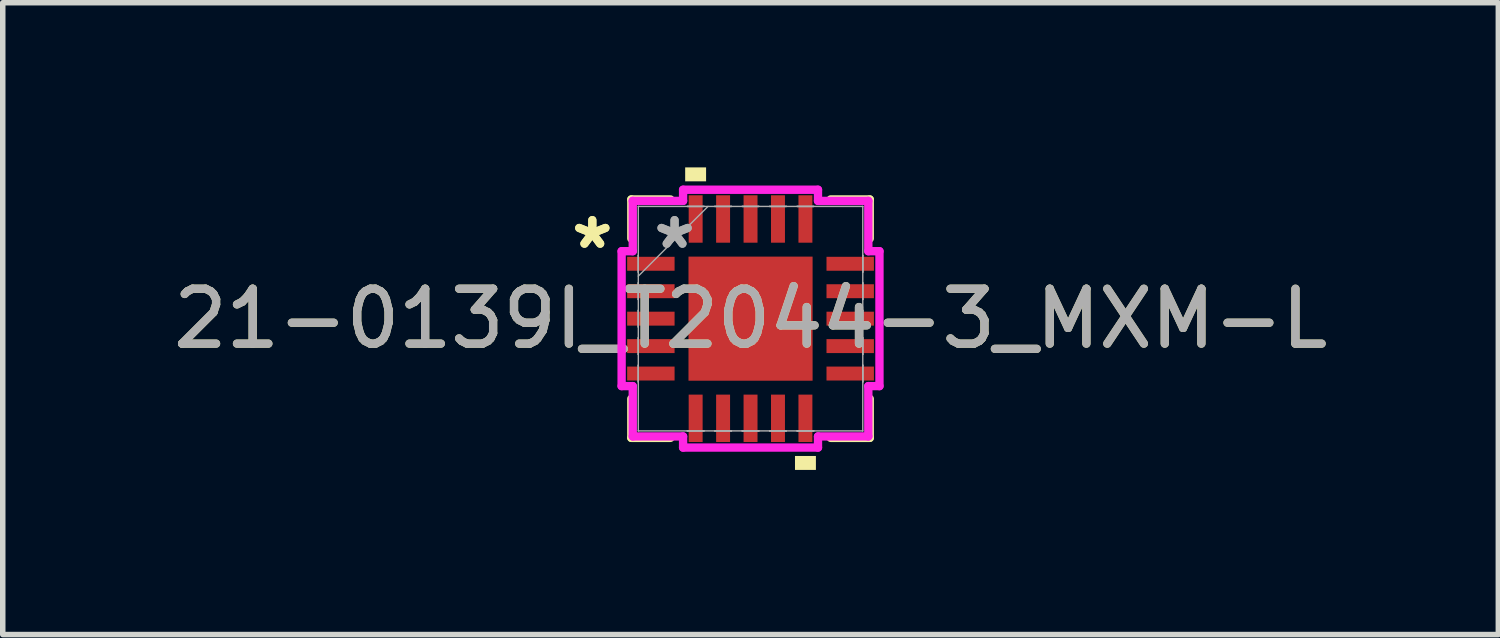
<source format=kicad_pcb>
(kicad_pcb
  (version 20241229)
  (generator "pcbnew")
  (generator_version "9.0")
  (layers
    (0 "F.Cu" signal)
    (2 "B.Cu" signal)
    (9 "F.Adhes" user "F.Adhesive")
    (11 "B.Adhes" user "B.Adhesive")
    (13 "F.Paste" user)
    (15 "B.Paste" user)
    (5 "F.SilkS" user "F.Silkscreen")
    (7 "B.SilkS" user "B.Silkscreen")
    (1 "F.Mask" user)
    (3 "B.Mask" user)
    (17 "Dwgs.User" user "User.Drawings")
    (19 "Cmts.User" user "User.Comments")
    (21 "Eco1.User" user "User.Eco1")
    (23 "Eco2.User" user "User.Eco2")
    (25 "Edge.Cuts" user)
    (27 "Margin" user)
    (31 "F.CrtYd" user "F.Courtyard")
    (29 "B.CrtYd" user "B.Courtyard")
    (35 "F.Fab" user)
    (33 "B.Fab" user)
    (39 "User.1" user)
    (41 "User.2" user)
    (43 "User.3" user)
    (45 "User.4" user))
  (footprint "21-0139I_T2044-3_MXM-L"
    (layer "F.Cu")
    (at 10.625 2.756)
    (property "Reference" "21-0139I_T2044-3_MXM-L" (at 0 0 0) (unlocked yes) (layer "F.SilkS") (effects (font (size 1 1) (thickness 0.15))))
    (attr smd)
    (fp_line (start -2.172 -2.172) (end -2.172 -1.46) (stroke (width 0.152) (type solid)) (layer "F.SilkS"))
    (fp_line (start -2.172 1.46) (end -2.172 2.172) (stroke (width 0.152) (type solid)) (layer "F.SilkS"))
    (fp_line (start -2.172 2.172) (end -1.46 2.172) (stroke (width 0.152) (type solid)) (layer "F.SilkS"))
    (fp_line (start -1.46 -2.172) (end -2.172 -2.172) (stroke (width 0.152) (type solid)) (layer "F.SilkS"))
    (fp_line (start 1.46 2.172) (end 2.172 2.172) (stroke (width 0.152) (type solid)) (layer "F.SilkS"))
    (fp_line (start 2.172 -2.172) (end 1.46 -2.172) (stroke (width 0.152) (type solid)) (layer "F.SilkS"))
    (fp_line (start 2.172 -1.46) (end 2.172 -2.172) (stroke (width 0.152) (type solid)) (layer "F.SilkS"))
    (fp_line (start 2.172 2.172) (end 2.172 1.46) (stroke (width 0.152) (type solid)) (layer "F.SilkS"))
    (fp_poly (pts (xy -1.191 -2.502) (xy -1.191 -2.756) (xy -0.81 -2.756) (xy -0.81 -2.502)) (stroke (width 0) (type solid)) (fill yes) (layer "F.SilkS"))
    (fp_poly (pts (xy 0.81 2.502) (xy 0.81 2.756) (xy 1.191 2.756) (xy 1.191 2.502)) (stroke (width 0) (type solid)) (fill yes) (layer "F.SilkS"))
    (fp_line (start -2.349 -1.229) (end -2.146 -1.229) (stroke (width 0.152) (type solid)) (layer "F.CrtYd"))
    (fp_line (start -2.349 1.229) (end -2.349 -1.229) (stroke (width 0.152) (type solid)) (layer "F.CrtYd"))
    (fp_line (start -2.146 -2.146) (end -1.229 -2.146) (stroke (width 0.152) (type solid)) (layer "F.CrtYd"))
    (fp_line (start -2.146 -1.229) (end -2.146 -2.146) (stroke (width 0.152) (type solid)) (layer "F.CrtYd"))
    (fp_line (start -2.146 1.229) (end -2.349 1.229) (stroke (width 0.152) (type solid)) (layer "F.CrtYd"))
    (fp_line (start -2.146 2.146) (end -2.146 1.229) (stroke (width 0.152) (type solid)) (layer "F.CrtYd"))
    (fp_line (start -1.229 -2.349) (end 1.229 -2.349) (stroke (width 0.152) (type solid)) (layer "F.CrtYd"))
    (fp_line (start -1.229 -2.146) (end -1.229 -2.349) (stroke (width 0.152) (type solid)) (layer "F.CrtYd"))
    (fp_line (start -1.229 2.146) (end -2.146 2.146) (stroke (width 0.152) (type solid)) (layer "F.CrtYd"))
    (fp_line (start -1.229 2.349) (end -1.229 2.146) (stroke (width 0.152) (type solid)) (layer "F.CrtYd"))
    (fp_line (start 1.229 -2.349) (end 1.229 -2.146) (stroke (width 0.152) (type solid)) (layer "F.CrtYd"))
    (fp_line (start 1.229 -2.146) (end 2.146 -2.146) (stroke (width 0.152) (type solid)) (layer "F.CrtYd"))
    (fp_line (start 1.229 2.146) (end 1.229 2.349) (stroke (width 0.152) (type solid)) (layer "F.CrtYd"))
    (fp_line (start 1.229 2.349) (end -1.229 2.349) (stroke (width 0.152) (type solid)) (layer "F.CrtYd"))
    (fp_line (start 2.146 -2.146) (end 2.146 -1.229) (stroke (width 0.152) (type solid)) (layer "F.CrtYd"))
    (fp_line (start 2.146 -1.229) (end 2.349 -1.229) (stroke (width 0.152) (type solid)) (layer "F.CrtYd"))
    (fp_line (start 2.146 1.229) (end 2.146 2.146) (stroke (width 0.152) (type solid)) (layer "F.CrtYd"))
    (fp_line (start 2.146 2.146) (end 1.229 2.146) (stroke (width 0.152) (type solid)) (layer "F.CrtYd"))
    (fp_line (start 2.349 -1.229) (end 2.349 1.229) (stroke (width 0.152) (type solid)) (layer "F.CrtYd"))
    (fp_line (start 2.349 1.229) (end 2.146 1.229) (stroke (width 0.152) (type solid)) (layer "F.CrtYd"))
    (fp_line (start -2.045 -2.045) (end -2.045 -2.045) (stroke (width 0.025) (type solid)) (layer "F.Fab"))
    (fp_line (start -2.045 -2.045) (end -2.045 2.045) (stroke (width 0.025) (type solid)) (layer "F.Fab"))
    (fp_line (start -2.045 -1.152) (end -2.045 -1.152) (stroke (width 0.025) (type solid)) (layer "F.Fab"))
    (fp_line (start -2.045 -1.152) (end -2.045 -0.848) (stroke (width 0.025) (type solid)) (layer "F.Fab"))
    (fp_line (start -2.045 -0.848) (end -2.045 -1.152) (stroke (width 0.025) (type solid)) (layer "F.Fab"))
    (fp_line (start -2.045 -0.848) (end -2.045 -0.848) (stroke (width 0.025) (type solid)) (layer "F.Fab"))
    (fp_line (start -2.045 -0.775) (end -0.775 -2.045) (stroke (width 0.025) (type solid)) (layer "F.Fab"))
    (fp_line (start -2.045 -0.652) (end -2.045 -0.652) (stroke (width 0.025) (type solid)) (layer "F.Fab"))
    (fp_line (start -2.045 -0.652) (end -2.045 -0.348) (stroke (width 0.025) (type solid)) (layer "F.Fab"))
    (fp_line (start -2.045 -0.348) (end -2.045 -0.652) (stroke (width 0.025) (type solid)) (layer "F.Fab"))
    (fp_line (start -2.045 -0.348) (end -2.045 -0.348) (stroke (width 0.025) (type solid)) (layer "F.Fab"))
    (fp_line (start -2.045 -0.152) (end -2.045 -0.152) (stroke (width 0.025) (type solid)) (layer "F.Fab"))
    (fp_line (start -2.045 -0.152) (end -2.045 0.152) (stroke (width 0.025) (type solid)) (layer "F.Fab"))
    (fp_line (start -2.045 0.152) (end -2.045 -0.152) (stroke (width 0.025) (type solid)) (layer "F.Fab"))
    (fp_line (start -2.045 0.152) (end -2.045 0.152) (stroke (width 0.025) (type solid)) (layer "F.Fab"))
    (fp_line (start -2.045 0.348) (end -2.045 0.348) (stroke (width 0.025) (type solid)) (layer "F.Fab"))
    (fp_line (start -2.045 0.348) (end -2.045 0.652) (stroke (width 0.025) (type solid)) (layer "F.Fab"))
    (fp_line (start -2.045 0.652) (end -2.045 0.348) (stroke (width 0.025) (type solid)) (layer "F.Fab"))
    (fp_line (start -2.045 0.652) (end -2.045 0.652) (stroke (width 0.025) (type solid)) (layer "F.Fab"))
    (fp_line (start -2.045 0.848) (end -2.045 0.848) (stroke (width 0.025) (type solid)) (layer "F.Fab"))
    (fp_line (start -2.045 0.848) (end -2.045 1.152) (stroke (width 0.025) (type solid)) (layer "F.Fab"))
    (fp_line (start -2.045 1.152) (end -2.045 0.848) (stroke (width 0.025) (type solid)) (layer "F.Fab"))
    (fp_line (start -2.045 1.152) (end -2.045 1.152) (stroke (width 0.025) (type solid)) (layer "F.Fab"))
    (fp_line (start -2.045 2.045) (end -2.045 2.045) (stroke (width 0.025) (type solid)) (layer "F.Fab"))
    (fp_line (start -2.045 2.045) (end 2.045 2.045) (stroke (width 0.025) (type solid)) (layer "F.Fab"))
    (fp_line (start -1.152 -2.045) (end -1.152 -2.045) (stroke (width 0.025) (type solid)) (layer "F.Fab"))
    (fp_line (start -1.152 -2.045) (end -0.848 -2.045) (stroke (width 0.025) (type solid)) (layer "F.Fab"))
    (fp_line (start -1.152 2.045) (end -1.152 2.045) (stroke (width 0.025) (type solid)) (layer "F.Fab"))
    (fp_line (start -1.152 2.045) (end -0.848 2.045) (stroke (width 0.025) (type solid)) (layer "F.Fab"))
    (fp_line (start -0.848 -2.045) (end -1.152 -2.045) (stroke (width 0.025) (type solid)) (layer "F.Fab"))
    (fp_line (start -0.848 -2.045) (end -0.848 -2.045) (stroke (width 0.025) (type solid)) (layer "F.Fab"))
    (fp_line (start -0.848 2.045) (end -1.152 2.045) (stroke (width 0.025) (type solid)) (layer "F.Fab"))
    (fp_line (start -0.848 2.045) (end -0.848 2.045) (stroke (width 0.025) (type solid)) (layer "F.Fab"))
    (fp_line (start -0.652 -2.045) (end -0.652 -2.045) (stroke (width 0.025) (type solid)) (layer "F.Fab"))
    (fp_line (start -0.652 -2.045) (end -0.348 -2.045) (stroke (width 0.025) (type solid)) (layer "F.Fab"))
    (fp_line (start -0.652 2.045) (end -0.652 2.045) (stroke (width 0.025) (type solid)) (layer "F.Fab"))
    (fp_line (start -0.652 2.045) (end -0.348 2.045) (stroke (width 0.025) (type solid)) (layer "F.Fab"))
    (fp_line (start -0.348 -2.045) (end -0.652 -2.045) (stroke (width 0.025) (type solid)) (layer "F.Fab"))
    (fp_line (start -0.348 -2.045) (end -0.348 -2.045) (stroke (width 0.025) (type solid)) (layer "F.Fab"))
    (fp_line (start -0.348 2.045) (end -0.652 2.045) (stroke (width 0.025) (type solid)) (layer "F.Fab"))
    (fp_line (start -0.348 2.045) (end -0.348 2.045) (stroke (width 0.025) (type solid)) (layer "F.Fab"))
    (fp_line (start -0.152 -2.045) (end -0.152 -2.045) (stroke (width 0.025) (type solid)) (layer "F.Fab"))
    (fp_line (start -0.152 -2.045) (end 0.152 -2.045) (stroke (width 0.025) (type solid)) (layer "F.Fab"))
    (fp_line (start -0.152 2.045) (end -0.152 2.045) (stroke (width 0.025) (type solid)) (layer "F.Fab"))
    (fp_line (start -0.152 2.045) (end 0.152 2.045) (stroke (width 0.025) (type solid)) (layer "F.Fab"))
    (fp_line (start 0.152 -2.045) (end -0.152 -2.045) (stroke (width 0.025) (type solid)) (layer "F.Fab"))
    (fp_line (start 0.152 -2.045) (end 0.152 -2.045) (stroke (width 0.025) (type solid)) (layer "F.Fab"))
    (fp_line (start 0.152 2.045) (end -0.152 2.045) (stroke (width 0.025) (type solid)) (layer "F.Fab"))
    (fp_line (start 0.152 2.045) (end 0.152 2.045) (stroke (width 0.025) (type solid)) (layer "F.Fab"))
    (fp_line (start 0.348 -2.045) (end 0.348 -2.045) (stroke (width 0.025) (type solid)) (layer "F.Fab"))
    (fp_line (start 0.348 -2.045) (end 0.652 -2.045) (stroke (width 0.025) (type solid)) (layer "F.Fab"))
    (fp_line (start 0.348 2.045) (end 0.348 2.045) (stroke (width 0.025) (type solid)) (layer "F.Fab"))
    (fp_line (start 0.348 2.045) (end 0.652 2.045) (stroke (width 0.025) (type solid)) (layer "F.Fab"))
    (fp_line (start 0.652 -2.045) (end 0.348 -2.045) (stroke (width 0.025) (type solid)) (layer "F.Fab"))
    (fp_line (start 0.652 -2.045) (end 0.652 -2.045) (stroke (width 0.025) (type solid)) (layer "F.Fab"))
    (fp_line (start 0.652 2.045) (end 0.348 2.045) (stroke (width 0.025) (type solid)) (layer "F.Fab"))
    (fp_line (start 0.652 2.045) (end 0.652 2.045) (stroke (width 0.025) (type solid)) (layer "F.Fab"))
    (fp_line (start 0.848 -2.045) (end 0.848 -2.045) (stroke (width 0.025) (type solid)) (layer "F.Fab"))
    (fp_line (start 0.848 -2.045) (end 1.152 -2.045) (stroke (width 0.025) (type solid)) (layer "F.Fab"))
    (fp_line (start 0.848 2.045) (end 0.848 2.045) (stroke (width 0.025) (type solid)) (layer "F.Fab"))
    (fp_line (start 0.848 2.045) (end 1.152 2.045) (stroke (width 0.025) (type solid)) (layer "F.Fab"))
    (fp_line (start 1.152 -2.045) (end 0.848 -2.045) (stroke (width 0.025) (type solid)) (layer "F.Fab"))
    (fp_line (start 1.152 -2.045) (end 1.152 -2.045) (stroke (width 0.025) (type solid)) (layer "F.Fab"))
    (fp_line (start 1.152 2.045) (end 0.848 2.045) (stroke (width 0.025) (type solid)) (layer "F.Fab"))
    (fp_line (start 1.152 2.045) (end 1.152 2.045) (stroke (width 0.025) (type solid)) (layer "F.Fab"))
    (fp_line (start 2.045 -2.045) (end -2.045 -2.045) (stroke (width 0.025) (type solid)) (layer "F.Fab"))
    (fp_line (start 2.045 -2.045) (end 2.045 -2.045) (stroke (width 0.025) (type solid)) (layer "F.Fab"))
    (fp_line (start 2.045 -1.152) (end 2.045 -1.152) (stroke (width 0.025) (type solid)) (layer "F.Fab"))
    (fp_line (start 2.045 -1.152) (end 2.045 -0.848) (stroke (width 0.025) (type solid)) (layer "F.Fab"))
    (fp_line (start 2.045 -0.848) (end 2.045 -1.152) (stroke (width 0.025) (type solid)) (layer "F.Fab"))
    (fp_line (start 2.045 -0.848) (end 2.045 -0.848) (stroke (width 0.025) (type solid)) (layer "F.Fab"))
    (fp_line (start 2.045 -0.652) (end 2.045 -0.652) (stroke (width 0.025) (type solid)) (layer "F.Fab"))
    (fp_line (start 2.045 -0.652) (end 2.045 -0.348) (stroke (width 0.025) (type solid)) (layer "F.Fab"))
    (fp_line (start 2.045 -0.348) (end 2.045 -0.652) (stroke (width 0.025) (type solid)) (layer "F.Fab"))
    (fp_line (start 2.045 -0.348) (end 2.045 -0.348) (stroke (width 0.025) (type solid)) (layer "F.Fab"))
    (fp_line (start 2.045 -0.152) (end 2.045 -0.152) (stroke (width 0.025) (type solid)) (layer "F.Fab"))
    (fp_line (start 2.045 -0.152) (end 2.045 0.152) (stroke (width 0.025) (type solid)) (layer "F.Fab"))
    (fp_line (start 2.045 0.152) (end 2.045 -0.152) (stroke (width 0.025) (type solid)) (layer "F.Fab"))
    (fp_line (start 2.045 0.152) (end 2.045 0.152) (stroke (width 0.025) (type solid)) (layer "F.Fab"))
    (fp_line (start 2.045 0.348) (end 2.045 0.348) (stroke (width 0.025) (type solid)) (layer "F.Fab"))
    (fp_line (start 2.045 0.348) (end 2.045 0.652) (stroke (width 0.025) (type solid)) (layer "F.Fab"))
    (fp_line (start 2.045 0.652) (end 2.045 0.348) (stroke (width 0.025) (type solid)) (layer "F.Fab"))
    (fp_line (start 2.045 0.652) (end 2.045 0.652) (stroke (width 0.025) (type solid)) (layer "F.Fab"))
    (fp_line (start 2.045 0.848) (end 2.045 0.848) (stroke (width 0.025) (type solid)) (layer "F.Fab"))
    (fp_line (start 2.045 0.848) (end 2.045 1.152) (stroke (width 0.025) (type solid)) (layer "F.Fab"))
    (fp_line (start 2.045 1.152) (end 2.045 0.848) (stroke (width 0.025) (type solid)) (layer "F.Fab"))
    (fp_line (start 2.045 1.152) (end 2.045 1.152) (stroke (width 0.025) (type solid)) (layer "F.Fab"))
    (fp_line (start 2.045 2.045) (end 2.045 -2.045) (stroke (width 0.025) (type solid)) (layer "F.Fab"))
    (fp_line (start 2.045 2.045) (end 2.045 2.045) (stroke (width 0.025) (type solid)) (layer "F.Fab"))
    (fp_text user "*" (at -2.883 -1.25 0) (unlocked yes) (layer "F.SilkS") (effects (font (size 1 1) (thickness 0.15))))
    (fp_text user "*" (at -2.883 -1.25 0) (layer "F.SilkS") (effects (font (size 1 1) (thickness 0.15))))
    (fp_text user "${REFERENCE}" (at 0 0 0) (unlocked yes) (layer "F.Fab") (effects (font (size 1 1) (thickness 0.15))))
    (fp_text user "*" (at -1.384 -1.25 0) (layer "F.Fab") (effects (font (size 1 1) (thickness 0.15))))
    (fp_text user "*" (at -1.384 -1.25 0) (unlocked yes) (layer "F.Fab") (effects (font (size 1 1) (thickness 0.15))))
    (pad "1" smd rect (at -1.816 -1 90) (size 0.254 0.864) (layers "F.Cu" "F.Mask" "F.Paste"))
    (pad "2" smd rect (at -1.816 -0.5 90) (size 0.254 0.864) (layers "F.Cu" "F.Mask" "F.Paste"))
    (pad "3" smd rect (at -1.816 0 90) (size 0.254 0.864) (layers "F.Cu" "F.Mask" "F.Paste"))
    (pad "4" smd rect (at -1.816 0.5 90) (size 0.254 0.864) (layers "F.Cu" "F.Mask" "F.Paste"))
    (pad "5" smd rect (at -1.816 1 90) (size 0.254 0.864) (layers "F.Cu" "F.Mask" "F.Paste"))
    (pad "6" smd rect (at -1 1.816) (size 0.254 0.864) (layers "F.Cu" "F.Mask" "F.Paste"))
    (pad "7" smd rect (at -0.5 1.816) (size 0.254 0.864) (layers "F.Cu" "F.Mask" "F.Paste"))
    (pad "8" smd rect (at 0 1.816) (size 0.254 0.864) (layers "F.Cu" "F.Mask" "F.Paste"))
    (pad "9" smd rect (at 0.5 1.816) (size 0.254 0.864) (layers "F.Cu" "F.Mask" "F.Paste"))
    (pad "10" smd rect (at 1 1.816) (size 0.254 0.864) (layers "F.Cu" "F.Mask" "F.Paste"))
    (pad "11" smd rect (at 1.816 1 90) (size 0.254 0.864) (layers "F.Cu" "F.Mask" "F.Paste"))
    (pad "12" smd rect (at 1.816 0.5 90) (size 0.254 0.864) (layers "F.Cu" "F.Mask" "F.Paste"))
    (pad "13" smd rect (at 1.816 0 90) (size 0.254 0.864) (layers "F.Cu" "F.Mask" "F.Paste"))
    (pad "14" smd rect (at 1.816 -0.5 90) (size 0.254 0.864) (layers "F.Cu" "F.Mask" "F.Paste"))
    (pad "15" smd rect (at 1.816 -1 90) (size 0.254 0.864) (layers "F.Cu" "F.Mask" "F.Paste"))
    (pad "16" smd rect (at 1 -1.816) (size 0.254 0.864) (layers "F.Cu" "F.Mask" "F.Paste"))
    (pad "17" smd rect (at 0.5 -1.816) (size 0.254 0.864) (layers "F.Cu" "F.Mask" "F.Paste"))
    (pad "18" smd rect (at 0 -1.816) (size 0.254 0.864) (layers "F.Cu" "F.Mask" "F.Paste"))
    (pad "19" smd rect (at -0.5 -1.816) (size 0.254 0.864) (layers "F.Cu" "F.Mask" "F.Paste"))
    (pad "20" smd rect (at -1 -1.816) (size 0.254 0.864) (layers "F.Cu" "F.Mask" "F.Paste"))
    (pad "21" smd rect (at 0 0) (size 2.261 2.261) (layers "F.Cu" "F.Mask" "F.Paste")))
  (gr_rect
    (start -3 -3)
    (end 24.25 8.512)
    (stroke (width 0.1) (type default))
    (fill no)
    (layer "Edge.Cuts")))
</source>
